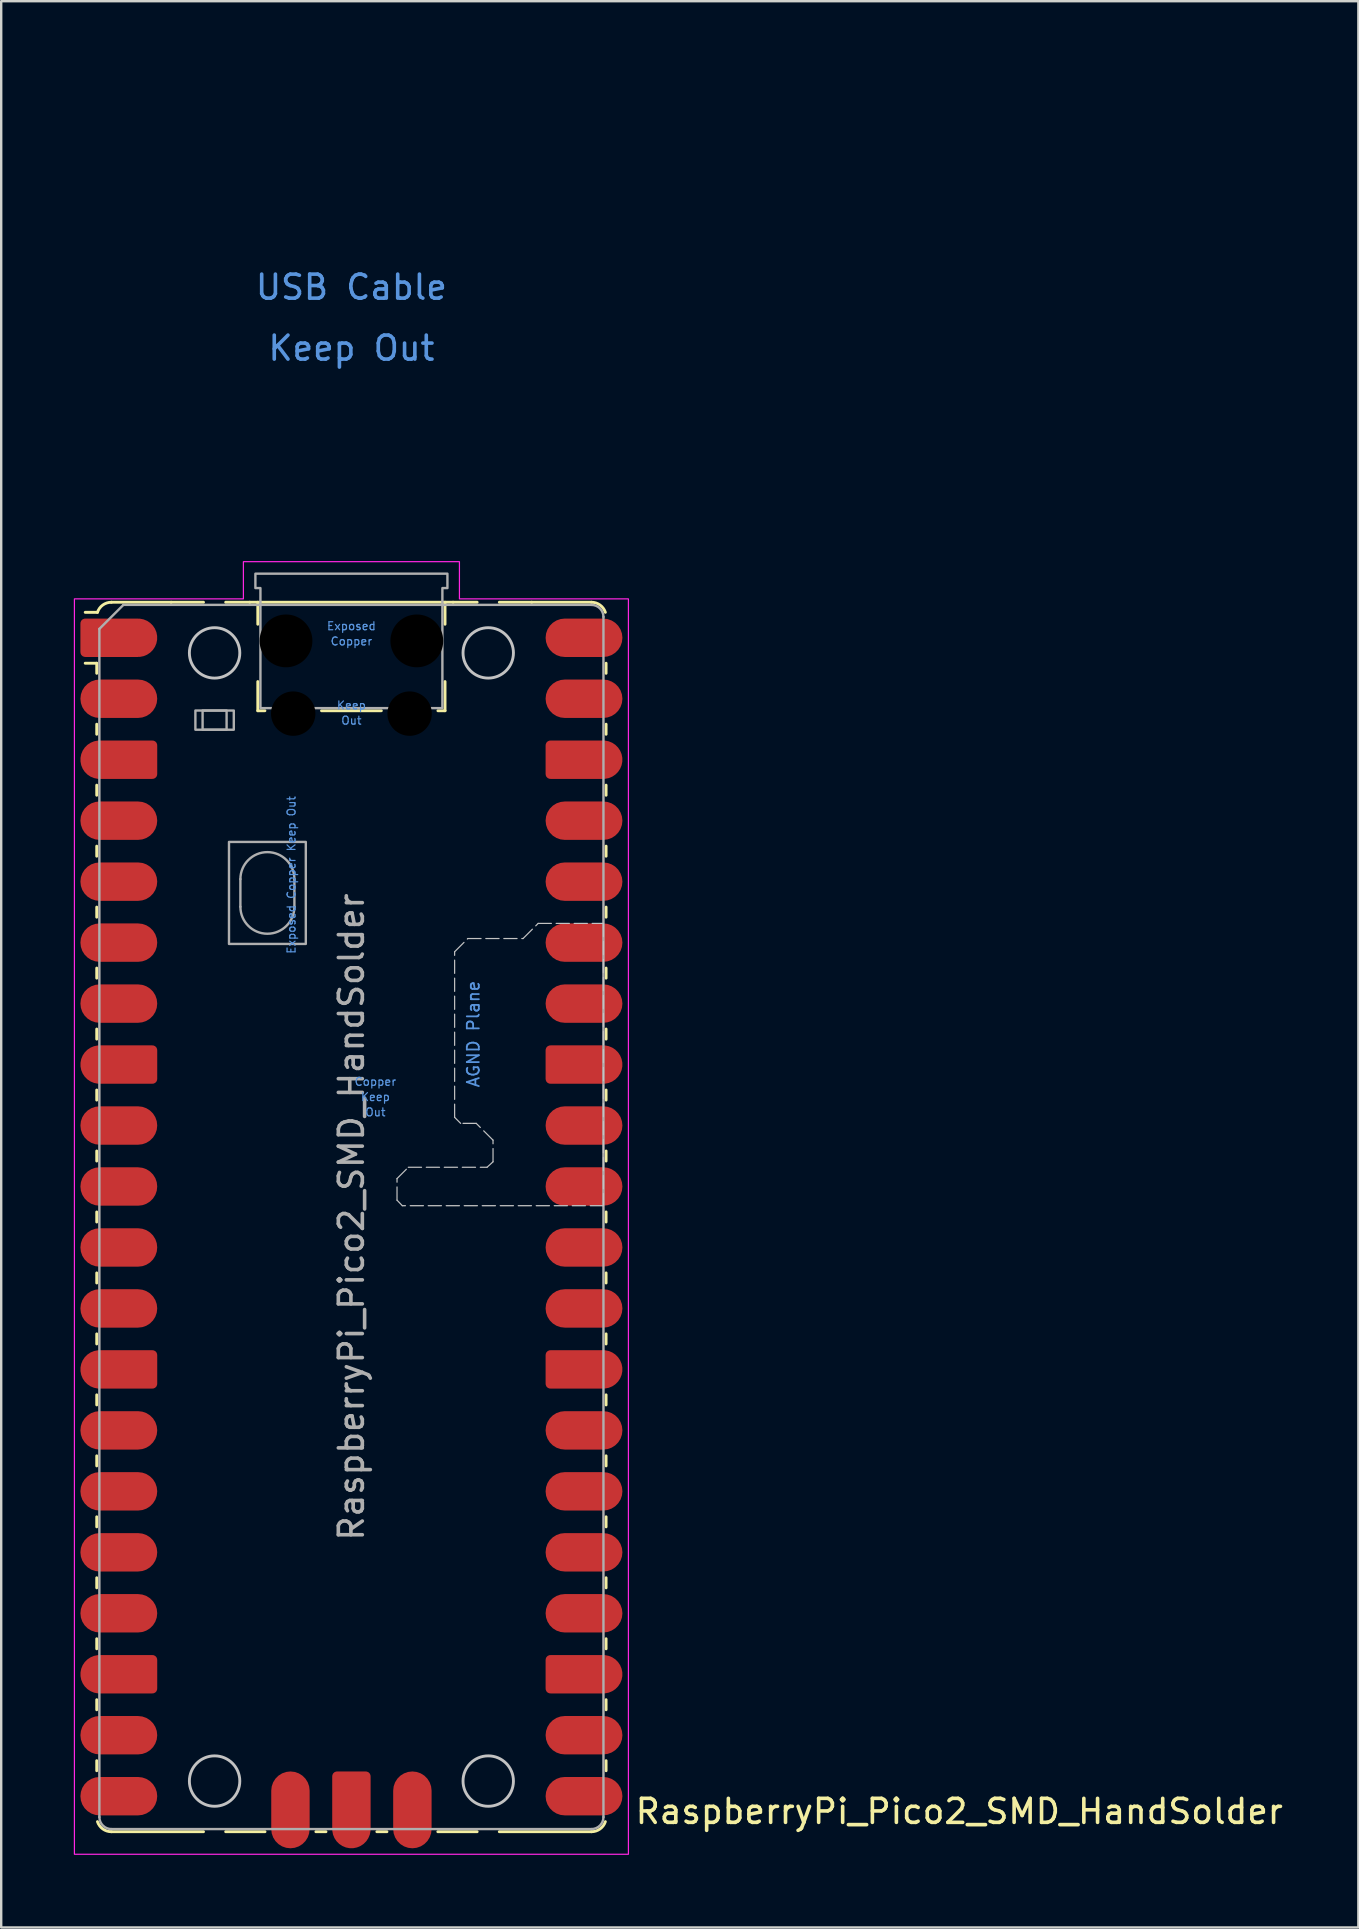
<source format=kicad_pcb>
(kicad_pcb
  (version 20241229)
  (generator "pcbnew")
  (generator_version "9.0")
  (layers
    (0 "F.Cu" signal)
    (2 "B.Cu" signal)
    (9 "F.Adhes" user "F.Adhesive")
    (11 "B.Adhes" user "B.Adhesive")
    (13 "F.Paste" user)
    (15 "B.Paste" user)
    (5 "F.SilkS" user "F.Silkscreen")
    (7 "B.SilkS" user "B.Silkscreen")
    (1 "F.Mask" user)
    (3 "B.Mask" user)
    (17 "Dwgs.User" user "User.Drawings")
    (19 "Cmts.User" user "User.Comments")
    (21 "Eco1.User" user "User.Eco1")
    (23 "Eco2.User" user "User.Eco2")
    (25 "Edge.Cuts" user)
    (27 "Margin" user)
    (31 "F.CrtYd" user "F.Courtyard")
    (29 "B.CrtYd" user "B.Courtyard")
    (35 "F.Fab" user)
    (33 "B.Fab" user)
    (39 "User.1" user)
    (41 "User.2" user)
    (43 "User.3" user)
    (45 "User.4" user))
  (footprint "RaspberryPi_Pico2_SMD_HandSolder"
    (layer "F.Cu")
    (at 11.59 47.65)
    (property "Reference" "RaspberryPi_Pico2_SMD_HandSolder" (at 11.748 24.765 0) (unlocked yes) (layer "F.SilkS") (effects (font (size 1 1) (thickness 0.15)) (justify left)))
    (attr smd)
    (fp_line (start -10.61 -23.07) (end -11.09 -23.07) (stroke (width 0.12) (type solid)) (layer "F.SilkS"))
    (fp_line (start -10.61 -23.07) (end -10.61 -22.65) (stroke (width 0.12) (type solid)) (layer "F.SilkS"))
    (fp_line (start -10.61 -20.53) (end -10.61 -20.11) (stroke (width 0.12) (type solid)) (layer "F.SilkS"))
    (fp_line (start -10.61 -17.99) (end -10.61 -17.57) (stroke (width 0.12) (type solid)) (layer "F.SilkS"))
    (fp_line (start -10.61 -15.45) (end -10.61 -15.03) (stroke (width 0.12) (type solid)) (layer "F.SilkS"))
    (fp_line (start -10.61 -12.91) (end -10.61 -12.49) (stroke (width 0.12) (type solid)) (layer "F.SilkS"))
    (fp_line (start -10.61 -10.37) (end -10.61 -9.95) (stroke (width 0.12) (type solid)) (layer "F.SilkS"))
    (fp_line (start -10.61 -7.83) (end -10.61 -7.41) (stroke (width 0.12) (type solid)) (layer "F.SilkS"))
    (fp_line (start -10.61 -5.29) (end -10.61 -4.87) (stroke (width 0.12) (type solid)) (layer "F.SilkS"))
    (fp_line (start -10.61 -2.75) (end -10.61 -2.33) (stroke (width 0.12) (type solid)) (layer "F.SilkS"))
    (fp_line (start -10.61 -0.21) (end -10.61 0.21) (stroke (width 0.12) (type solid)) (layer "F.SilkS"))
    (fp_line (start -10.61 2.33) (end -10.61 2.75) (stroke (width 0.12) (type solid)) (layer "F.SilkS"))
    (fp_line (start -10.61 4.87) (end -10.61 5.29) (stroke (width 0.12) (type solid)) (layer "F.SilkS"))
    (fp_line (start -10.61 7.41) (end -10.61 7.83) (stroke (width 0.12) (type solid)) (layer "F.SilkS"))
    (fp_line (start -10.61 9.95) (end -10.61 10.37) (stroke (width 0.12) (type solid)) (layer "F.SilkS"))
    (fp_line (start -10.61 12.49) (end -10.61 12.91) (stroke (width 0.12) (type solid)) (layer "F.SilkS"))
    (fp_line (start -10.61 15.03) (end -10.61 15.45) (stroke (width 0.12) (type solid)) (layer "F.SilkS"))
    (fp_line (start -10.61 17.57) (end -10.61 17.99) (stroke (width 0.12) (type solid)) (layer "F.SilkS"))
    (fp_line (start -10.61 20.11) (end -10.61 20.53) (stroke (width 0.12) (type solid)) (layer "F.SilkS"))
    (fp_line (start -10.61 22.65) (end -10.61 23.07) (stroke (width 0.12) (type solid)) (layer "F.SilkS"))
    (fp_line (start -10.58 -25.19) (end -11.09 -25.19) (stroke (width 0.12) (type solid)) (layer "F.SilkS"))
    (fp_line (start -10 -25.61) (end -7.51 -25.61) (stroke (width 0.12) (type solid)) (layer "F.SilkS"))
    (fp_line (start -10 25.61) (end -6.162 25.61) (stroke (width 0.12) (type solid)) (layer "F.SilkS"))
    (fp_line (start -7.51 -25.61) (end -6.162 -25.61) (stroke (width 0.12) (type solid)) (layer "F.SilkS"))
    (fp_line (start -5.238 -25.61) (end -4.235 -25.61) (stroke (width 0.12) (type solid)) (layer "F.SilkS"))
    (fp_line (start -4.235 -25.61) (end 4.235 -25.61) (stroke (width 0.12) (type solid)) (layer "F.SilkS"))
    (fp_line (start -3.9 -25.61) (end -3.9 -24.694) (stroke (width 0.12) (type solid)) (layer "F.SilkS"))
    (fp_line (start -3.9 -22.306) (end -3.9 -21.09) (stroke (width 0.12) (type solid)) (layer "F.SilkS"))
    (fp_line (start -3.9 -21.09) (end -3.604 -21.09) (stroke (width 0.12) (type solid)) (layer "F.SilkS"))
    (fp_line (start -3.6 25.61) (end -5.238 25.61) (stroke (width 0.12) (type solid)) (layer "F.SilkS"))
    (fp_line (start -1.48 25.61) (end -1.06 25.61) (stroke (width 0.12) (type solid)) (layer "F.SilkS"))
    (fp_line (start -1.246 -21.09) (end 1.246 -21.09) (stroke (width 0.12) (type solid)) (layer "F.SilkS"))
    (fp_line (start 1.06 25.61) (end 1.48 25.61) (stroke (width 0.12) (type solid)) (layer "F.SilkS"))
    (fp_line (start 3.604 -21.09) (end 3.9 -21.09) (stroke (width 0.12) (type solid)) (layer "F.SilkS"))
    (fp_line (start 3.9 -25.61) (end 3.9 -24.694) (stroke (width 0.12) (type solid)) (layer "F.SilkS"))
    (fp_line (start 3.9 -22.306) (end 3.9 -21.09) (stroke (width 0.12) (type solid)) (layer "F.SilkS"))
    (fp_line (start 4.235 -25.61) (end 5.238 -25.61) (stroke (width 0.12) (type solid)) (layer "F.SilkS"))
    (fp_line (start 5.238 25.61) (end 3.6 25.61) (stroke (width 0.12) (type solid)) (layer "F.SilkS"))
    (fp_line (start 6.162 -25.61) (end 7.51 -25.61) (stroke (width 0.12) (type solid)) (layer "F.SilkS"))
    (fp_line (start 6.162 25.61) (end 10 25.61) (stroke (width 0.12) (type solid)) (layer "F.SilkS"))
    (fp_line (start 10 -25.61) (end 7.51 -25.61) (stroke (width 0.12) (type solid)) (layer "F.SilkS"))
    (fp_line (start 10.61 -23.07) (end 10.61 -22.65) (stroke (width 0.12) (type solid)) (layer "F.SilkS"))
    (fp_line (start 10.61 -20.53) (end 10.61 -20.11) (stroke (width 0.12) (type solid)) (layer "F.SilkS"))
    (fp_line (start 10.61 -17.99) (end 10.61 -17.57) (stroke (width 0.12) (type solid)) (layer "F.SilkS"))
    (fp_line (start 10.61 -15.45) (end 10.61 -15.03) (stroke (width 0.12) (type solid)) (layer "F.SilkS"))
    (fp_line (start 10.61 -12.91) (end 10.61 -12.49) (stroke (width 0.12) (type solid)) (layer "F.SilkS"))
    (fp_line (start 10.61 -10.37) (end 10.61 -9.95) (stroke (width 0.12) (type solid)) (layer "F.SilkS"))
    (fp_line (start 10.61 -7.83) (end 10.61 -7.41) (stroke (width 0.12) (type solid)) (layer "F.SilkS"))
    (fp_line (start 10.61 -5.29) (end 10.61 -4.87) (stroke (width 0.12) (type solid)) (layer "F.SilkS"))
    (fp_line (start 10.61 -2.75) (end 10.61 -2.33) (stroke (width 0.12) (type solid)) (layer "F.SilkS"))
    (fp_line (start 10.61 -0.21) (end 10.61 0.21) (stroke (width 0.12) (type solid)) (layer "F.SilkS"))
    (fp_line (start 10.61 2.33) (end 10.61 2.75) (stroke (width 0.12) (type solid)) (layer "F.SilkS"))
    (fp_line (start 10.61 4.87) (end 10.61 5.29) (stroke (width 0.12) (type solid)) (layer "F.SilkS"))
    (fp_line (start 10.61 7.41) (end 10.61 7.83) (stroke (width 0.12) (type solid)) (layer "F.SilkS"))
    (fp_line (start 10.61 9.95) (end 10.61 10.37) (stroke (width 0.12) (type solid)) (layer "F.SilkS"))
    (fp_line (start 10.61 12.49) (end 10.61 12.91) (stroke (width 0.12) (type solid)) (layer "F.SilkS"))
    (fp_line (start 10.61 15.03) (end 10.61 15.45) (stroke (width 0.12) (type solid)) (layer "F.SilkS"))
    (fp_line (start 10.61 17.57) (end 10.61 17.99) (stroke (width 0.12) (type solid)) (layer "F.SilkS"))
    (fp_line (start 10.61 20.11) (end 10.61 20.53) (stroke (width 0.12) (type solid)) (layer "F.SilkS"))
    (fp_line (start 10.61 22.65) (end 10.61 23.07) (stroke (width 0.12) (type solid)) (layer "F.SilkS"))
    (fp_arc (start -10.579676 -25.19) (mid -10.357938 -25.493944) (end -10 -25.61) (stroke (width 0.12) (type solid)) (layer "F.SilkS"))
    (fp_arc (start -10 25.61) (mid -10.357937 25.493944) (end -10.579676 25.189937) (stroke (width 0.12) (type solid)) (layer "F.SilkS"))
    (fp_arc (start 10 -25.61) (mid 10.357937 -25.493944) (end 10.579676 -25.189937) (stroke (width 0.12) (type solid)) (layer "F.SilkS"))
    (fp_arc (start 10.579676 25.189937) (mid 10.357958 25.493991) (end 10 25.61) (stroke (width 0.12) (type solid)) (layer "F.SilkS"))
    (fp_circle (center -5.7 -23.5) (end -4.65 -23.5) (stroke (width 0.12) (type solid)) (fill no) (layer "Dwgs.User"))
    (fp_circle (center -5.7 23.5) (end -4.65 23.5) (stroke (width 0.12) (type solid)) (fill no) (layer "Dwgs.User"))
    (fp_circle (center 5.7 -23.5) (end 6.75 -23.5) (stroke (width 0.12) (type solid)) (fill no) (layer "Dwgs.User"))
    (fp_circle (center 5.7 23.5) (end 6.75 23.5) (stroke (width 0.12) (type solid)) (fill no) (layer "Dwgs.User"))
    (fp_poly (pts (xy 10.5 -0.47) (xy 2.12 -0.47) (xy 1.9 -0.7) (xy 1.9 -1.6) (xy 2.37 -2.07) (xy 5.65 -2.07) (xy 5.9 -2.3) (xy 5.9 -3.2) (xy 5.2 -3.9) (xy 4.55 -3.9) (xy 4.3 -4.15) (xy 4.3 -11.05) (xy 4.85 -11.6) (xy 7.15 -11.6) (xy 7.78 -12.23) (xy 10.5 -12.23)) (stroke (width 0.05) (type dash)) (fill no) (layer "Dwgs.User"))
    (fp_poly (pts (xy -4.5 -27.3) (xy 4.5 -27.3) (xy 4.5 -25.75) (xy 11.54 -25.75) (xy 11.54 26.55) (xy -11.54 26.55) (xy -11.54 -25.75) (xy -4.5 -25.75)) (stroke (width 0.05) (type solid)) (fill no) (layer "F.CrtYd"))
    (fp_line (start -10.5 -24.5) (end -9.5 -25.5) (stroke (width 0.1) (type solid)) (layer "F.Fab"))
    (fp_line (start -10.5 25) (end -10.5 -24.5) (stroke (width 0.1) (type solid)) (layer "F.Fab"))
    (fp_line (start -9.5 -25.5) (end 10 -25.5) (stroke (width 0.1) (type solid)) (layer "F.Fab"))
    (fp_line (start -4.625 -14.075) (end -4.625 -12.925) (stroke (width 0.1) (type solid)) (layer "F.Fab"))
    (fp_line (start -2.375 -14.075) (end -2.375 -12.925) (stroke (width 0.1) (type solid)) (layer "F.Fab"))
    (fp_line (start 10 25.5) (end -10 25.5) (stroke (width 0.1) (type solid)) (layer "F.Fab"))
    (fp_line (start 10.5 -25) (end 10.5 25) (stroke (width 0.1) (type solid)) (layer "F.Fab"))
    (fp_rect (start -6.5 -21.1) (end -4.9 -20.3) (stroke (width 0.1) (type solid)) (fill no) (layer "F.Fab"))
    (fp_rect (start -6.2 -21.1) (end -5.2 -20.3) (stroke (width 0.1) (type solid)) (fill no) (layer "F.Fab"))
    (fp_rect (start -5.1 -15.625) (end -1.9 -11.375) (stroke (width 0.1) (type solid)) (fill no) (layer "F.Fab"))
    (fp_arc (start -10 25.5) (mid -10.353553 25.353553) (end -10.5 25) (stroke (width 0.1) (type solid)) (layer "F.Fab"))
    (fp_arc (start -4.625 -14.075) (mid -3.5 -15.2) (end -2.375 -14.075) (stroke (width 0.1) (type solid)) (layer "F.Fab"))
    (fp_arc (start -2.375 -12.925) (mid -3.5 -11.8) (end -4.625 -12.925) (stroke (width 0.1) (type solid)) (layer "F.Fab"))
    (fp_arc (start 10 -25.5) (mid 10.353553 -25.353553) (end 10.5 -25) (stroke (width 0.1) (type solid)) (layer "F.Fab"))
    (fp_arc (start 10.5 25) (mid 10.353553 25.353553) (end 10 25.5) (stroke (width 0.1) (type solid)) (layer "F.Fab"))
    (fp_poly (pts (xy 3.79 -21.2) (xy 3.79 -26.2) (xy 4 -26.2) (xy 4 -26.8) (xy -4 -26.8) (xy -4 -26.2) (xy -3.79 -26.2) (xy -3.79 -21.2)) (stroke (width 0.1) (type solid)) (fill no) (layer "F.Fab"))
    (fp_text user "Out" (at 0 -20.683 0) (unlocked yes) (layer "Cmts.User") (effects (font (size 0.333 0.333) (thickness 0.05))))
    (fp_text user "Keep" (at 1 -5 0) (unlocked yes) (layer "Cmts.User") (effects (font (size 0.333 0.333) (thickness 0.05))))
    (fp_text user "Exposed" (at 0 -24.617 0) (unlocked yes) (layer "Cmts.User") (effects (font (size 0.333 0.333) (thickness 0.05))))
    (fp_text user "Out" (at 1 -4.365 0) (unlocked yes) (layer "Cmts.User") (effects (font (size 0.333 0.333) (thickness 0.05))))
    (fp_text user "Keep" (at 0 -21.317 0) (unlocked yes) (layer "Cmts.User") (effects (font (size 0.333 0.333) (thickness 0.05))))
    (fp_text user "Keep Out" (at 0 -36.195 0) (unlocked yes) (layer "Cmts.User") (effects (font (size 1 1) (thickness 0.15))))
    (fp_text user "Copper" (at 1 -5.635 0) (unlocked yes) (layer "Cmts.User") (effects (font (size 0.333 0.333) (thickness 0.05))))
    (fp_text user "Exposed Copper Keep Out" (at -2.5 -14.25 90) (unlocked yes) (layer "Cmts.User") (effects (font (size 0.333 0.333) (thickness 0.05))))
    (fp_text user "AGND Plane" (at 5.08 -7.62 90) (unlocked yes) (layer "Cmts.User") (effects (font (size 0.5 0.5) (thickness 0.075))))
    (fp_text user "Copper" (at 0 -23.983 0) (unlocked yes) (layer "Cmts.User") (effects (font (size 0.333 0.333) (thickness 0.05))))
    (fp_text user "USB Cable" (at 0 -38.735 0) (unlocked yes) (layer "Cmts.User") (effects (font (size 1 1) (thickness 0.15))))
    (fp_text user "${REFERENCE}" (at 0 0 90) (layer "F.Fab") (effects (font (size 1 1) (thickness 0.15))))
    (pad "" smd rect (at -8.89 -24.13) (size 3.8 2.2) (drill (offset -0.8 0)) (layers "F.Paste"))
    (pad "" smd rect (at -8.89 -21.59) (size 3.8 2.2) (drill (offset -0.8 0)) (layers "F.Paste"))
    (pad "" smd rect (at -8.89 -19.05) (size 3.8 2.2) (drill (offset -0.8 0)) (layers "F.Paste"))
    (pad "" smd rect (at -8.89 -16.51) (size 3.8 2.2) (drill (offset -0.8 0)) (layers "F.Paste"))
    (pad "" smd rect (at -8.89 -13.97) (size 3.8 2.2) (drill (offset -0.8 0)) (layers "F.Paste"))
    (pad "" smd rect (at -8.89 -11.43) (size 3.8 2.2) (drill (offset -0.8 0)) (layers "F.Paste"))
    (pad "" smd rect (at -8.89 -8.89) (size 3.8 2.2) (drill (offset -0.8 0)) (layers "F.Paste"))
    (pad "" smd rect (at -8.89 -6.35) (size 3.8 2.2) (drill (offset -0.8 0)) (layers "F.Paste"))
    (pad "" smd rect (at -8.89 -3.81) (size 3.8 2.2) (drill (offset -0.8 0)) (layers "F.Paste"))
    (pad "" smd rect (at -8.89 -1.27) (size 3.8 2.2) (drill (offset -0.8 0)) (layers "F.Paste"))
    (pad "" smd rect (at -8.89 1.27) (size 3.8 2.2) (drill (offset -0.8 0)) (layers "F.Paste"))
    (pad "" smd rect (at -8.89 3.81) (size 3.8 2.2) (drill (offset -0.8 0)) (layers "F.Paste"))
    (pad "" smd rect (at -8.89 6.35) (size 3.8 2.2) (drill (offset -0.8 0)) (layers "F.Paste"))
    (pad "" smd rect (at -8.89 8.89) (size 3.8 2.2) (drill (offset -0.8 0)) (layers "F.Paste"))
    (pad "" smd rect (at -8.89 11.43) (size 3.8 2.2) (drill (offset -0.8 0)) (layers "F.Paste"))
    (pad "" smd rect (at -8.89 13.97) (size 3.8 2.2) (drill (offset -0.8 0)) (layers "F.Paste"))
    (pad "" smd rect (at -8.89 16.51) (size 3.8 2.2) (drill (offset -0.8 0)) (layers "F.Paste"))
    (pad "" smd rect (at -8.89 19.05) (size 3.8 2.2) (drill (offset -0.8 0)) (layers "F.Paste"))
    (pad "" smd rect (at -8.89 21.59) (size 3.8 2.2) (drill (offset -0.8 0)) (layers "F.Paste"))
    (pad "" smd rect (at -8.89 24.13) (size 3.8 2.2) (drill (offset -0.8 0)) (layers "F.Paste"))
    (pad "" np_thru_hole circle (at -2.725 -24) (size 2.2 2.2) (drill 2.2) (layers "*.Mask"))
    (pad "" smd rect (at -2.54 23.9) (size 2.2 3.8) (drill (offset 0 0.8)) (layers "F.Paste"))
    (pad "" np_thru_hole circle (at -2.425 -20.97) (size 1.85 1.85) (drill 1.85) (layers "*.Mask"))
    (pad "" smd rect (at 0 23.9) (size 2.2 3.8) (drill (offset 0 0.8)) (layers "F.Paste"))
    (pad "" np_thru_hole circle (at 2.425 -20.97) (size 1.85 1.85) (drill 1.85) (layers "*.Mask"))
    (pad "" smd rect (at 2.54 23.9) (size 2.2 3.8) (drill (offset 0 0.8)) (layers "F.Paste"))
    (pad "" np_thru_hole circle (at 2.725 -24) (size 2.2 2.2) (drill 2.2) (layers "*.Mask"))
    (pad "" smd rect (at 8.89 -24.13) (size 3.8 2.2) (drill (offset 0.8 0)) (layers "F.Paste"))
    (pad "" smd rect (at 8.89 -21.59) (size 3.8 2.2) (drill (offset 0.8 0)) (layers "F.Paste"))
    (pad "" smd rect (at 8.89 -19.05) (size 3.8 2.2) (drill (offset 0.8 0)) (layers "F.Paste"))
    (pad "" smd rect (at 8.89 -16.51) (size 3.8 2.2) (drill (offset 0.8 0)) (layers "F.Paste"))
    (pad "" smd rect (at 8.89 -13.97) (size 3.8 2.2) (drill (offset 0.8 0)) (layers "F.Paste"))
    (pad "" smd rect (at 8.89 -11.43) (size 3.8 2.2) (drill (offset 0.8 0)) (layers "F.Paste"))
    (pad "" smd rect (at 8.89 -8.89) (size 3.8 2.2) (drill (offset 0.8 0)) (layers "F.Paste"))
    (pad "" smd rect (at 8.89 -6.35) (size 3.8 2.2) (drill (offset 0.8 0)) (layers "F.Paste"))
    (pad "" smd rect (at 8.89 -3.81) (size 3.8 2.2) (drill (offset 0.8 0)) (layers "F.Paste"))
    (pad "" smd rect (at 8.89 -1.27) (size 3.8 2.2) (drill (offset 0.8 0)) (layers "F.Paste"))
    (pad "" smd rect (at 8.89 1.27) (size 3.8 2.2) (drill (offset 0.8 0)) (layers "F.Paste"))
    (pad "" smd rect (at 8.89 3.81) (size 3.8 2.2) (drill (offset 0.8 0)) (layers "F.Paste"))
    (pad "" smd rect (at 8.89 6.35) (size 3.8 2.2) (drill (offset 0.8 0)) (layers "F.Paste"))
    (pad "" smd rect (at 8.89 8.89) (size 3.8 2.2) (drill (offset 0.8 0)) (layers "F.Paste"))
    (pad "" smd rect (at 8.89 11.43) (size 3.8 2.2) (drill (offset 0.8 0)) (layers "F.Paste"))
    (pad "" smd rect (at 8.89 13.97) (size 3.8 2.2) (drill (offset 0.8 0)) (layers "F.Paste"))
    (pad "" smd rect (at 8.89 16.51) (size 3.8 2.2) (drill (offset 0.8 0)) (layers "F.Paste"))
    (pad "" smd rect (at 8.89 19.05) (size 3.8 2.2) (drill (offset 0.8 0)) (layers "F.Paste"))
    (pad "" smd rect (at 8.89 21.59) (size 3.8 2.2) (drill (offset 0.8 0)) (layers "F.Paste"))
    (pad "" smd rect (at 8.89 24.13) (size 3.8 2.2) (drill (offset 0.8 0)) (layers "F.Paste"))
    (pad "1" smd custom (at -9.69 -24.13) (size 1.6 0.8) (layers "F.Cu" "F.Mask") (options (anchor rect)) (primitives (gr_circle (center 0.8 0) (end 1.6 0) (width 0) (fill yes)) (gr_poly (pts (xy -1.6 -0.6) (xy -1.6 0.6) (xy -1.4 0.8) (xy 0.8 0.8) (xy 0.8 -0.8) (xy -1.4 -0.8)) (width 0) (fill yes)) (gr_circle (center -1.4 -0.6) (end -1.2 -0.6) (width 0) (fill yes)) (gr_circle (center -1.4 0.6) (end -1.2 0.6) (width 0) (fill yes))))
    (pad "2" smd roundrect (at -9.69 -21.59) (size 3.2 1.6) (layers "F.Cu" "F.Mask") (roundrect_rratio 0.5))
    (pad "3" smd custom (at -9.69 -19.05) (size 1.6 0.8) (layers "F.Cu" "F.Mask") (options (anchor rect)) (primitives (gr_circle (center -0.8 0) (end 0 0) (width 0) (fill yes)) (gr_poly (pts (xy 1.6 -0.6) (xy 1.6 0.6) (xy 1.4 0.8) (xy -0.8 0.8) (xy -0.8 -0.8) (xy 1.4 -0.8)) (width 0) (fill yes)) (gr_circle (center 1.4 -0.6) (end 1.6 -0.6) (width 0) (fill yes)) (gr_circle (center 1.4 0.6) (end 1.6 0.6) (width 0) (fill yes))))
    (pad "4" smd roundrect (at -9.69 -16.51) (size 3.2 1.6) (layers "F.Cu" "F.Mask") (roundrect_rratio 0.5))
    (pad "5" smd roundrect (at -9.69 -13.97) (size 3.2 1.6) (layers "F.Cu" "F.Mask") (roundrect_rratio 0.5))
    (pad "6" smd roundrect (at -9.69 -11.43) (size 3.2 1.6) (layers "F.Cu" "F.Mask") (roundrect_rratio 0.5))
    (pad "7" smd roundrect (at -9.69 -8.89) (size 3.2 1.6) (layers "F.Cu" "F.Mask") (roundrect_rratio 0.5))
    (pad "8" smd custom (at -9.69 -6.35) (size 1.6 0.8) (layers "F.Cu" "F.Mask") (options (anchor rect)) (primitives (gr_circle (center -0.8 0) (end 0 0) (width 0) (fill yes)) (gr_poly (pts (xy 1.6 -0.6) (xy 1.6 0.6) (xy 1.4 0.8) (xy -0.8 0.8) (xy -0.8 -0.8) (xy 1.4 -0.8)) (width 0) (fill yes)) (gr_circle (center 1.4 -0.6) (end 1.6 -0.6) (width 0) (fill yes)) (gr_circle (center 1.4 0.6) (end 1.6 0.6) (width 0) (fill yes))))
    (pad "9" smd roundrect (at -9.69 -3.81) (size 3.2 1.6) (layers "F.Cu" "F.Mask") (roundrect_rratio 0.5))
    (pad "10" smd roundrect (at -9.69 -1.27) (size 3.2 1.6) (layers "F.Cu" "F.Mask") (roundrect_rratio 0.5))
    (pad "11" smd roundrect (at -9.69 1.27) (size 3.2 1.6) (layers "F.Cu" "F.Mask") (roundrect_rratio 0.5))
    (pad "12" smd roundrect (at -9.69 3.81) (size 3.2 1.6) (layers "F.Cu" "F.Mask") (roundrect_rratio 0.5))
    (pad "13" smd custom (at -9.69 6.35) (size 1.6 0.8) (layers "F.Cu" "F.Mask") (options (anchor rect)) (primitives (gr_circle (center -0.8 0) (end 0 0) (width 0) (fill yes)) (gr_poly (pts (xy 1.6 -0.6) (xy 1.6 0.6) (xy 1.4 0.8) (xy -0.8 0.8) (xy -0.8 -0.8) (xy 1.4 -0.8)) (width 0) (fill yes)) (gr_circle (center 1.4 -0.6) (end 1.6 -0.6) (width 0) (fill yes)) (gr_circle (center 1.4 0.6) (end 1.6 0.6) (width 0) (fill yes))))
    (pad "14" smd roundrect (at -9.69 8.89) (size 3.2 1.6) (layers "F.Cu" "F.Mask") (roundrect_rratio 0.5))
    (pad "15" smd roundrect (at -9.69 11.43) (size 3.2 1.6) (layers "F.Cu" "F.Mask") (roundrect_rratio 0.5))
    (pad "16" smd roundrect (at -9.69 13.97) (size 3.2 1.6) (layers "F.Cu" "F.Mask") (roundrect_rratio 0.5))
    (pad "17" smd roundrect (at -9.69 16.51) (size 3.2 1.6) (layers "F.Cu" "F.Mask") (roundrect_rratio 0.5))
    (pad "18" smd custom (at -9.69 19.05) (size 1.6 0.8) (layers "F.Cu" "F.Mask") (options (anchor rect)) (primitives (gr_circle (center -0.8 0) (end 0 0) (width 0) (fill yes)) (gr_poly (pts (xy 1.6 -0.6) (xy 1.6 0.6) (xy 1.4 0.8) (xy -0.8 0.8) (xy -0.8 -0.8) (xy 1.4 -0.8)) (width 0) (fill yes)) (gr_circle (center 1.4 -0.6) (end 1.6 -0.6) (width 0) (fill yes)) (gr_circle (center 1.4 0.6) (end 1.6 0.6) (width 0) (fill yes))))
    (pad "19" smd roundrect (at -9.69 21.59) (size 3.2 1.6) (layers "F.Cu" "F.Mask") (roundrect_rratio 0.5))
    (pad "20" smd roundrect (at -9.69 24.13) (size 3.2 1.6) (layers "F.Cu" "F.Mask") (roundrect_rratio 0.5))
    (pad "21" smd roundrect (at 9.69 24.13) (size 3.2 1.6) (layers "F.Cu" "F.Mask") (roundrect_rratio 0.5))
    (pad "22" smd roundrect (at 9.69 21.59) (size 3.2 1.6) (layers "F.Cu" "F.Mask") (roundrect_rratio 0.5))
    (pad "23" smd custom (at 9.69 19.05) (size 1.6 0.8) (layers "F.Cu" "F.Mask") (options (anchor rect)) (primitives (gr_circle (center 0.8 0) (end 1.6 0) (width 0) (fill yes)) (gr_poly (pts (xy -1.6 -0.6) (xy -1.6 0.6) (xy -1.4 0.8) (xy 0.8 0.8) (xy 0.8 -0.8) (xy -1.4 -0.8)) (width 0) (fill yes)) (gr_circle (center -1.4 -0.6) (end -1.2 -0.6) (width 0) (fill yes)) (gr_circle (center -1.4 0.6) (end -1.2 0.6) (width 0) (fill yes))))
    (pad "24" smd roundrect (at 9.69 16.51) (size 3.2 1.6) (layers "F.Cu" "F.Mask") (roundrect_rratio 0.5))
    (pad "25" smd roundrect (at 9.69 13.97) (size 3.2 1.6) (layers "F.Cu" "F.Mask") (roundrect_rratio 0.5))
    (pad "26" smd roundrect (at 9.69 11.43) (size 3.2 1.6) (layers "F.Cu" "F.Mask") (roundrect_rratio 0.5))
    (pad "27" smd roundrect (at 9.69 8.89) (size 3.2 1.6) (layers "F.Cu" "F.Mask") (roundrect_rratio 0.5))
    (pad "28" smd custom (at 9.69 6.35) (size 1.6 0.8) (layers "F.Cu" "F.Mask") (options (anchor rect)) (primitives (gr_circle (center 0.8 0) (end 1.6 0) (width 0) (fill yes)) (gr_poly (pts (xy -1.6 -0.6) (xy -1.6 0.6) (xy -1.4 0.8) (xy 0.8 0.8) (xy 0.8 -0.8) (xy -1.4 -0.8)) (width 0) (fill yes)) (gr_circle (center -1.4 -0.6) (end -1.2 -0.6) (width 0) (fill yes)) (gr_circle (center -1.4 0.6) (end -1.2 0.6) (width 0) (fill yes))))
    (pad "29" smd roundrect (at 9.69 3.81) (size 3.2 1.6) (layers "F.Cu" "F.Mask") (roundrect_rratio 0.5))
    (pad "30" smd roundrect (at 9.69 1.27) (size 3.2 1.6) (layers "F.Cu" "F.Mask") (roundrect_rratio 0.5))
    (pad "31" smd roundrect (at 9.69 -1.27) (size 3.2 1.6) (layers "F.Cu" "F.Mask") (roundrect_rratio 0.5))
    (pad "32" smd roundrect (at 9.69 -3.81) (size 3.2 1.6) (layers "F.Cu" "F.Mask") (roundrect_rratio 0.5))
    (pad "33" smd custom (at 9.69 -6.35) (size 1.6 0.8) (layers "F.Cu" "F.Mask") (options (anchor rect)) (primitives (gr_circle (center 0.8 0) (end 1.6 0) (width 0) (fill yes)) (gr_poly (pts (xy -1.6 -0.6) (xy -1.6 0.6) (xy -1.4 0.8) (xy 0.8 0.8) (xy 0.8 -0.8) (xy -1.4 -0.8)) (width 0) (fill yes)) (gr_circle (center -1.4 -0.6) (end -1.2 -0.6) (width 0) (fill yes)) (gr_circle (center -1.4 0.6) (end -1.2 0.6) (width 0) (fill yes))))
    (pad "34" smd roundrect (at 9.69 -8.89) (size 3.2 1.6) (layers "F.Cu" "F.Mask") (roundrect_rratio 0.5))
    (pad "35" smd roundrect (at 9.69 -11.43) (size 3.2 1.6) (layers "F.Cu" "F.Mask") (roundrect_rratio 0.5))
    (pad "36" smd roundrect (at 9.69 -13.97) (size 3.2 1.6) (layers "F.Cu" "F.Mask") (roundrect_rratio 0.5))
    (pad "37" smd roundrect (at 9.69 -16.51) (size 3.2 1.6) (layers "F.Cu" "F.Mask") (roundrect_rratio 0.5))
    (pad "38" smd custom (at 9.69 -19.05) (size 1.6 0.8) (layers "F.Cu" "F.Mask") (options (anchor rect)) (primitives (gr_circle (center 0.8 0) (end 1.6 0) (width 0) (fill yes)) (gr_poly (pts (xy -1.6 -0.6) (xy -1.6 0.6) (xy -1.4 0.8) (xy 0.8 0.8) (xy 0.8 -0.8) (xy -1.4 -0.8)) (width 0) (fill yes)) (gr_circle (center -1.4 -0.6) (end -1.2 -0.6) (width 0) (fill yes)) (gr_circle (center -1.4 0.6) (end -1.2 0.6) (width 0) (fill yes))))
    (pad "39" smd roundrect (at 9.69 -21.59) (size 3.2 1.6) (layers "F.Cu" "F.Mask") (roundrect_rratio 0.5))
    (pad "40" smd roundrect (at 9.69 -24.13) (size 3.2 1.6) (layers "F.Cu" "F.Mask") (roundrect_rratio 0.5))
    (pad "D1" smd roundrect (at -2.54 23.9 90) (size 3.2 1.6) (drill (offset -0.8 0)) (layers "F.Cu" "F.Mask") (roundrect_rratio 0.5))
    (pad "D2" smd custom (at 0 23.9 270) (size 1.6 1.6) (layers "F.Cu" "F.Mask") (options (anchor circle)) (primitives (gr_poly (pts (xy -0.8 -0.6) (xy -0.8 0.6) (xy -0.6 0.8) (xy 1.6 0.8) (xy 1.6 -0.8) (xy -0.6 -0.8)) (width 0) (fill yes)) (gr_circle (center -0.6 0.6) (end -0.4 0.6) (width 0) (fill yes)) (gr_circle (center -0.6 -0.6) (end -0.4 -0.6) (width 0) (fill yes)) (gr_circle (center 1.6 0) (end 2.4 0) (width 0) (fill yes))))
    (pad "D3" smd roundrect (at 2.54 23.9 90) (size 3.2 1.6) (drill (offset -0.8 0)) (layers "F.Cu" "F.Mask") (roundrect_rratio 0.5))
    (zone (net_name "") (layers "F.Cu" "F.Paste") (name "Pad Keep Out TP6") (hatch full 0.5) (connect_pads) (min_thickness 0.25) (filled_areas_thickness no) (keepout (tracks not_allowed) (vias not_allowed) (pads not_allowed) (copperpour not_allowed) (footprints allowed)) (placement (enabled no)) (fill) (polygon (pts (xy 8.574 37.598) (xy 8.448 37.564) (xy 8.334 37.498) (xy 8.242 37.406) (xy 8.176 37.292) (xy 8.142 37.166) (xy 8.14 37.1) (xy 8.14 33.4) (xy 10.04 33.4) (xy 10.04 37.1) (xy 10.038 37.166) (xy 10.004 37.292) (xy 9.938 37.406) (xy 9.846 37.498) (xy 9.732 37.564) (xy 9.606 37.598) (xy 9.54 37.6) (xy 8.64 37.6))))
    (zone (net_name "") (layers "F.Cu" "F.Paste") (name "Pad Keep Out TP3") (hatch full 0.5) (connect_pads) (min_thickness 0.25) (filled_areas_thickness no) (keepout (tracks not_allowed) (vias not_allowed) (pads not_allowed) (copperpour not_allowed) (footprints allowed)) (placement (enabled no)) (fill) (polygon (pts (xy 9.642 22.834) (xy 9.676 22.708) (xy 9.742 22.594) (xy 9.834 22.502) (xy 9.948 22.436) (xy 10.074 22.402) (xy 10.14 22.4) (xy 10.59 22.4) (xy 10.59 24.3) (xy 10.14 24.3) (xy 10.074 24.298) (xy 9.948 24.264) (xy 9.834 24.198) (xy 9.742 24.106) (xy 9.676 23.992) (xy 9.642 23.866) (xy 9.64 23.8) (xy 9.64 22.9))))
    (zone (net_name "") (layers "F.Cu" "F.Paste") (name "Pad Keep Out TP4") (hatch full 0.5) (connect_pads) (min_thickness 0.25) (filled_areas_thickness no) (keepout (tracks not_allowed) (vias not_allowed) (pads not_allowed) (copperpour not_allowed) (footprints allowed)) (placement (enabled no)) (fill) (polygon (pts (xy 10.04 33.4) (xy 10.04 29.7) (xy 10.038 29.634) (xy 10.004 29.508) (xy 9.938 29.394) (xy 9.846 29.302) (xy 9.732 29.236) (xy 9.606 29.202) (xy 9.54 29.2) (xy 8.64 29.2) (xy 8.574 29.202) (xy 8.448 29.236) (xy 8.334 29.302) (xy 8.242 29.394) (xy 8.176 29.508) (xy 8.142 29.634) (xy 8.14 29.7) (xy 8.14 33.4))))
    (zone (net_name "") (layers "F.Cu" "F.Paste") (name "Pad Keep Out TP3") (hatch full 0.5) (connect_pads) (min_thickness 0.25) (filled_areas_thickness no) (keepout (tracks not_allowed) (vias not_allowed) (pads not_allowed) (copperpour not_allowed) (footprints allowed)) (placement (enabled no)) (fill) (polygon (pts (xy 10.59 24.3) (xy 11.04 24.3) (xy 11.106 24.298) (xy 11.232 24.264) (xy 11.346 24.198) (xy 11.438 24.106) (xy 11.504 23.992) (xy 11.538 23.866) (xy 11.54 23.8) (xy 11.54 22.9) (xy 11.538 22.834) (xy 11.504 22.708) (xy 11.438 22.594) (xy 11.346 22.502) (xy 11.232 22.436) (xy 11.106 22.402) (xy 11.04 22.4) (xy 10.59 22.4))))
    (zone (net_name "") (layers "F.Cu" "F.Paste") (name "Pad Keep Out TP1") (hatch full 0.5) (connect_pads) (min_thickness 0.25) (filled_areas_thickness no) (keepout (tracks not_allowed) (vias not_allowed) (pads not_allowed) (copperpour not_allowed) (footprints allowed)) (placement (enabled no)) (fill) (polygon (pts (xy 10.642 26.134) (xy 10.676 26.008) (xy 10.742 25.894) (xy 10.834 25.802) (xy 10.948 25.736) (xy 11.074 25.702) (xy 11.14 25.7) (xy 11.59 25.7) (xy 11.59 27.6) (xy 11.14 27.6) (xy 11.074 27.598) (xy 10.948 27.564) (xy 10.834 27.498) (xy 10.742 27.406) (xy 10.676 27.292) (xy 10.642 27.166) (xy 10.64 27.1) (xy 10.64 26.2))))
    (zone (net_name "") (layers "F.Cu" "F.Paste") (name "Pad Keep Out TP1") (hatch full 0.5) (connect_pads) (min_thickness 0.25) (filled_areas_thickness no) (keepout (tracks not_allowed) (vias not_allowed) (pads not_allowed) (copperpour not_allowed) (footprints allowed)) (placement (enabled no)) (fill) (polygon (pts (xy 11.59 27.6) (xy 12.04 27.6) (xy 12.106 27.598) (xy 12.232 27.564) (xy 12.346 27.498) (xy 12.438 27.406) (xy 12.504 27.292) (xy 12.538 27.166) (xy 12.54 27.1) (xy 12.54 26.2) (xy 12.538 26.134) (xy 12.504 26.008) (xy 12.438 25.894) (xy 12.346 25.802) (xy 12.232 25.736) (xy 12.106 25.702) (xy 12.04 25.7) (xy 11.59 25.7))))
    (zone (net_name "") (layers "F.Cu" "F.Paste") (name "Pad Keep Out TP2") (hatch full 0.5) (connect_pads) (min_thickness 0.25) (filled_areas_thickness no) (keepout (tracks not_allowed) (vias not_allowed) (pads not_allowed) (copperpour not_allowed) (footprints allowed)) (placement (enabled no)) (fill) (polygon (pts (xy 11.642 22.849) (xy 11.676 22.723) (xy 11.742 22.609) (xy 11.834 22.517) (xy 11.948 22.451) (xy 12.074 22.417) (xy 12.14 22.415) (xy 12.59 22.415) (xy 12.59 24.315) (xy 12.14 24.315) (xy 12.074 24.313) (xy 11.948 24.279) (xy 11.834 24.213) (xy 11.742 24.121) (xy 11.676 24.007) (xy 11.642 23.881) (xy 11.64 23.815) (xy 11.64 22.915))))
    (zone (net_name "") (layers "F.Cu" "F.Paste") (name "Pad Keep Out TP7") (hatch full 0.5) (connect_pads) (min_thickness 0.25) (filled_areas_thickness no) (keepout (tracks not_allowed) (vias not_allowed) (pads not_allowed) (copperpour not_allowed) (footprints allowed)) (placement (enabled no)) (fill) (polygon (pts (xy 11.642 42.134) (xy 11.676 42.008) (xy 11.742 41.894) (xy 11.834 41.802) (xy 11.948 41.736) (xy 12.074 41.702) (xy 12.14 41.7) (xy 12.59 41.7) (xy 12.59 43.6) (xy 12.14 43.6) (xy 12.074 43.598) (xy 11.948 43.564) (xy 11.834 43.498) (xy 11.742 43.406) (xy 11.676 43.292) (xy 11.642 43.166) (xy 11.64 43.1) (xy 11.64 42.2))))
    (zone (net_name "") (layers "F.Cu" "F.Paste") (name "Pad Keep Out TP2") (hatch full 0.5) (connect_pads) (min_thickness 0.25) (filled_areas_thickness no) (keepout (tracks not_allowed) (vias not_allowed) (pads not_allowed) (copperpour not_allowed) (footprints allowed)) (placement (enabled no)) (fill) (polygon (pts (xy 12.59 24.315) (xy 13.04 24.315) (xy 13.106 24.313) (xy 13.232 24.279) (xy 13.346 24.213) (xy 13.438 24.121) (xy 13.504 24.007) (xy 13.538 23.881) (xy 13.54 23.815) (xy 13.54 22.915) (xy 13.538 22.849) (xy 13.504 22.723) (xy 13.438 22.609) (xy 13.346 22.517) (xy 13.232 22.451) (xy 13.106 22.417) (xy 13.04 22.415) (xy 12.59 22.415))))
    (zone (net_name "") (layers "F.Cu" "F.Paste") (name "Pad Keep Out TP7") (hatch full 0.5) (connect_pads) (min_thickness 0.25) (filled_areas_thickness no) (keepout (tracks not_allowed) (vias not_allowed) (pads not_allowed) (copperpour not_allowed) (footprints allowed)) (placement (enabled no)) (fill) (polygon (pts (xy 12.59 43.6) (xy 13.04 43.6) (xy 13.106 43.598) (xy 13.232 43.564) (xy 13.346 43.498) (xy 13.438 43.406) (xy 13.504 43.292) (xy 13.538 43.166) (xy 13.54 43.1) (xy 13.54 42.2) (xy 13.538 42.134) (xy 13.504 42.008) (xy 13.438 41.894) (xy 13.346 41.802) (xy 13.232 41.736) (xy 13.106 41.702) (xy 13.04 41.7) (xy 12.59 41.7))))
    (zone (net_name "") (layer "Edge.Cuts") (name "Board Keep Out USB Cable") (hatch edge 0.5) (connect_pads) (min_thickness 0.254) (filled_areas_thickness no) (keepout (tracks allowed) (vias allowed) (pads allowed) (copperpour allowed) (footprints allowed)) (placement (enabled no)) (fill) (polygon (pts (xy 5.39 0) (xy 17.79 0) (xy 17.79 20.4) (xy 5.39 20.4))))
    (zone (net_name "") (layer "F.CrtYd") (name "USB Cable Keep Out") (hatch full 0.5) (connect_pads) (min_thickness 0.254) (filled_areas_thickness no) (keepout (tracks allowed) (vias allowed) (pads allowed) (copperpour allowed) (footprints not_allowed)) (placement (enabled no)) (fill) (polygon (pts (xy 5.84 19.95) (xy 7.65 19.95) (xy 7.65 20.35) (xy 15.53 20.35) (xy 15.53 19.95) (xy 17.34 19.95) (xy 17.34 0.45) (xy 5.84 0.45)))))
  (gr_rect
    (start -3 -3)
    (end 53.54 77.25)
    (stroke (width 0.1) (type default))
    (fill no)
    (layer "Edge.Cuts")))
</source>
